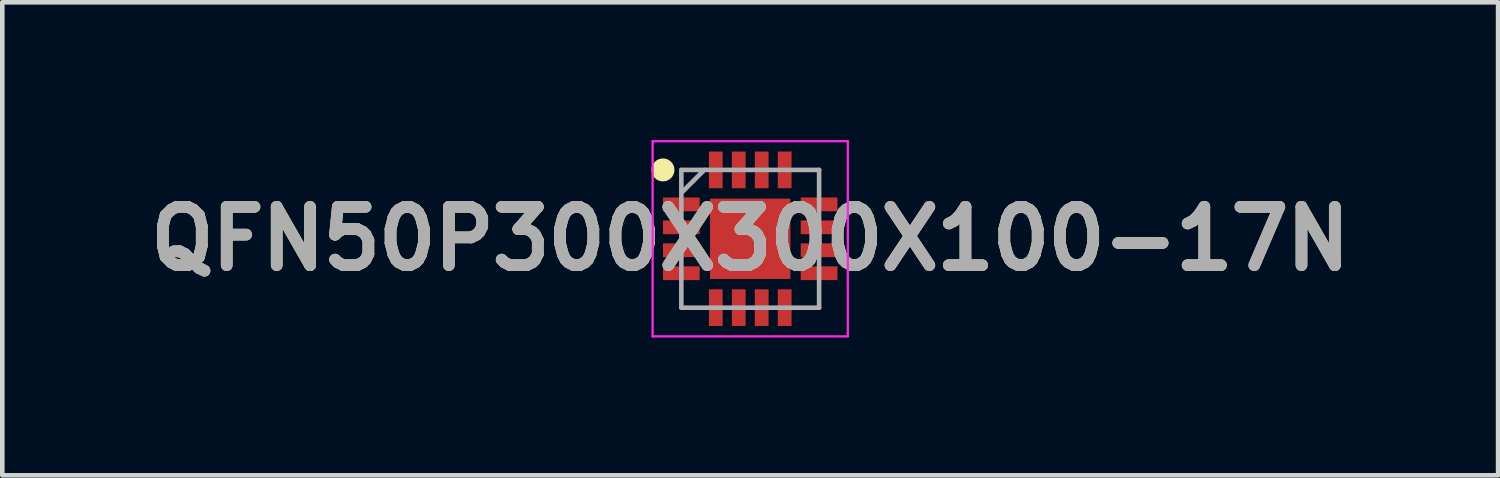
<source format=kicad_pcb>
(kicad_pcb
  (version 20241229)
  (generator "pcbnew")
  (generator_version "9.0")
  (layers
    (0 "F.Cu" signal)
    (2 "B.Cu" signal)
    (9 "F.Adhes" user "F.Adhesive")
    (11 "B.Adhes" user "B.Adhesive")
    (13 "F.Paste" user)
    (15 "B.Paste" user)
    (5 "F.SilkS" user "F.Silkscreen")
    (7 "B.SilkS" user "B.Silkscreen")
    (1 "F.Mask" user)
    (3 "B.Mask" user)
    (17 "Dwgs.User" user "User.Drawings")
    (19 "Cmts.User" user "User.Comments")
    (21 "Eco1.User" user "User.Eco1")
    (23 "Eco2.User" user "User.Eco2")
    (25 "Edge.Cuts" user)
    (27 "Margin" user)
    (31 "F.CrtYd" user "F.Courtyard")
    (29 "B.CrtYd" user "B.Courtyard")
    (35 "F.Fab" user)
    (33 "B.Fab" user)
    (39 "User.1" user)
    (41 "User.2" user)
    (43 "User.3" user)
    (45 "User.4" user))
  (footprint "QFN50P300X300X100-17N"
    (layer "F.Cu")
    (at 13.287 2.15)
    (property "Reference" "QFN50P300X300X100-17N" (at 0 0 0) (layer "F.SilkS") (effects (font (size 1.27 1.27) (thickness 0.254))))
    (attr smd)
    (fp_circle (center -1.9 -1.5) (end -1.9 -1.375) (stroke (width 0.25) (type solid)) (fill no) (layer "F.SilkS"))
    (fp_line (start -2.125 -2.125) (end 2.125 -2.125) (stroke (width 0.05) (type solid)) (layer "F.CrtYd"))
    (fp_line (start -2.125 2.125) (end -2.125 -2.125) (stroke (width 0.05) (type solid)) (layer "F.CrtYd"))
    (fp_line (start 2.125 -2.125) (end 2.125 2.125) (stroke (width 0.05) (type solid)) (layer "F.CrtYd"))
    (fp_line (start 2.125 2.125) (end -2.125 2.125) (stroke (width 0.05) (type solid)) (layer "F.CrtYd"))
    (fp_line (start -1.5 -1.5) (end 1.5 -1.5) (stroke (width 0.1) (type solid)) (layer "F.Fab"))
    (fp_line (start -1.5 -1) (end -1 -1.5) (stroke (width 0.1) (type solid)) (layer "F.Fab"))
    (fp_line (start -1.5 1.5) (end -1.5 -1.5) (stroke (width 0.1) (type solid)) (layer "F.Fab"))
    (fp_line (start 1.5 -1.5) (end 1.5 1.5) (stroke (width 0.1) (type solid)) (layer "F.Fab"))
    (fp_line (start 1.5 1.5) (end -1.5 1.5) (stroke (width 0.1) (type solid)) (layer "F.Fab"))
    (fp_text user "${REFERENCE}" (at 0 0 0) (layer "F.Fab") (effects (font (size 1.27 1.27) (thickness 0.254))))
    (pad "1" smd rect (at -1.5 -0.75 90) (size 0.3 0.8) (layers "F.Cu" "F.Mask" "F.Paste"))
    (pad "2" smd rect (at -1.5 -0.25 90) (size 0.3 0.8) (layers "F.Cu" "F.Mask" "F.Paste"))
    (pad "3" smd rect (at -1.5 0.25 90) (size 0.3 0.8) (layers "F.Cu" "F.Mask" "F.Paste"))
    (pad "4" smd rect (at -1.5 0.75 90) (size 0.3 0.8) (layers "F.Cu" "F.Mask" "F.Paste"))
    (pad "5" smd rect (at -0.75 1.5) (size 0.3 0.8) (layers "F.Cu" "F.Mask" "F.Paste"))
    (pad "6" smd rect (at -0.25 1.5) (size 0.3 0.8) (layers "F.Cu" "F.Mask" "F.Paste"))
    (pad "7" smd rect (at 0.25 1.5) (size 0.3 0.8) (layers "F.Cu" "F.Mask" "F.Paste"))
    (pad "8" smd rect (at 0.75 1.5) (size 0.3 0.8) (layers "F.Cu" "F.Mask" "F.Paste"))
    (pad "9" smd rect (at 1.5 0.75 90) (size 0.3 0.8) (layers "F.Cu" "F.Mask" "F.Paste"))
    (pad "10" smd rect (at 1.5 0.25 90) (size 0.3 0.8) (layers "F.Cu" "F.Mask" "F.Paste"))
    (pad "11" smd rect (at 1.5 -0.25 90) (size 0.3 0.8) (layers "F.Cu" "F.Mask" "F.Paste"))
    (pad "12" smd rect (at 1.5 -0.75 90) (size 0.3 0.8) (layers "F.Cu" "F.Mask" "F.Paste"))
    (pad "13" smd rect (at 0.75 -1.5) (size 0.3 0.8) (layers "F.Cu" "F.Mask" "F.Paste"))
    (pad "14" smd rect (at 0.25 -1.5) (size 0.3 0.8) (layers "F.Cu" "F.Mask" "F.Paste"))
    (pad "15" smd rect (at -0.25 -1.5) (size 0.3 0.8) (layers "F.Cu" "F.Mask" "F.Paste"))
    (pad "16" smd rect (at -0.75 -1.5) (size 0.3 0.8) (layers "F.Cu" "F.Mask" "F.Paste"))
    (pad "17" smd rect (at 0 0) (size 1.75 1.75) (layers "F.Cu" "F.Mask" "F.Paste")))
  (gr_rect
    (start -3 -3)
    (end 29.573 7.3)
    (stroke (width 0.1) (type default))
    (fill no)
    (layer "Edge.Cuts")))
</source>
